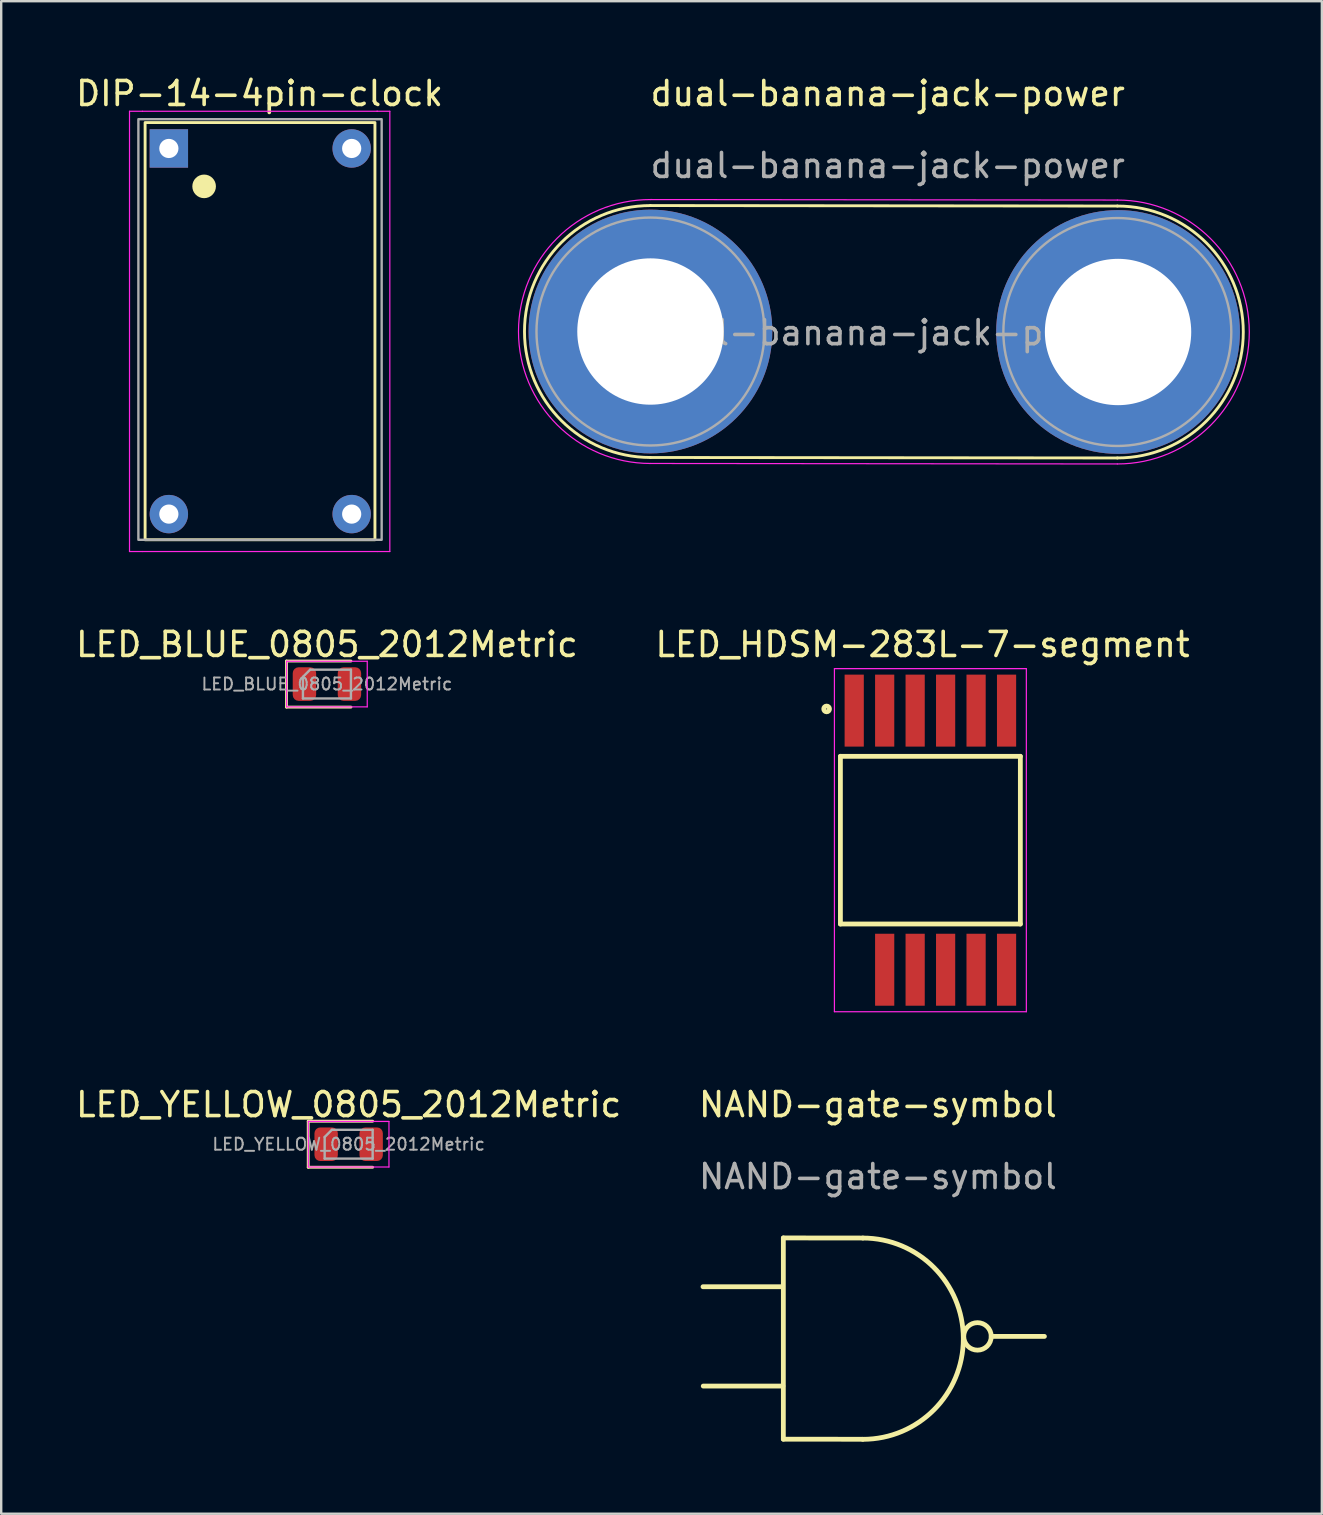
<source format=kicad_pcb>
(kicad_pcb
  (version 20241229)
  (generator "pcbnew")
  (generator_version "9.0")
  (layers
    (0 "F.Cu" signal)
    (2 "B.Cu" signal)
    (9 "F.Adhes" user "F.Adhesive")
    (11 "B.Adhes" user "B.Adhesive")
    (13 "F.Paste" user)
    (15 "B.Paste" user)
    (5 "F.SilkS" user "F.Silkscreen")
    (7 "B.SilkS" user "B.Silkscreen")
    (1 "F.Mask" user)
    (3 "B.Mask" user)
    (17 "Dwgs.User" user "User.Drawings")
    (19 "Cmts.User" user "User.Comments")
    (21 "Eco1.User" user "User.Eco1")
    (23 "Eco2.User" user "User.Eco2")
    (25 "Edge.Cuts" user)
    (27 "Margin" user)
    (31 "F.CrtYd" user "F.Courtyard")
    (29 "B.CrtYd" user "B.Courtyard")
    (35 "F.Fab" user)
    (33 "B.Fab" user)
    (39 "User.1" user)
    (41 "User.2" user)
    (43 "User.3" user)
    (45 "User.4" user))
  (footprint "dual-banana-jack-power"
    (layer "F.Cu")
    (at 33.951 1.348)
    (property "Reference" "dual-banana-jack-power" (at 0 -0.5 0) (unlocked yes) (layer "F.SilkS") (effects (font (size 1 1) (thickness 0.15))))
    (attr through_hole)
    (fp_line (start -9.89 14.67) (end 9.57 14.69) (stroke (width 0.12) (type solid)) (layer "F.SilkS"))
    (fp_line (start 9.57 4.19) (end -9.89 4.17) (stroke (width 0.12) (type solid)) (layer "F.SilkS"))
    (fp_arc (start -9.89 14.67) (mid -15.14 9.42) (end -9.89 4.17) (stroke (width 0.12) (type solid)) (layer "F.SilkS"))
    (fp_arc (start 9.57 4.19) (mid 14.82 9.44) (end 9.57 14.69) (stroke (width 0.12) (type solid)) (layer "F.SilkS"))
    (fp_line (start -9.89 14.92) (end 9.57 14.94) (stroke (width 0.05) (type solid)) (layer "F.CrtYd"))
    (fp_line (start 9.57 3.94) (end -9.89 3.92) (stroke (width 0.05) (type solid)) (layer "F.CrtYd"))
    (fp_arc (start -9.89 14.92) (mid -15.39 9.42) (end -9.89 3.92) (stroke (width 0.05) (type solid)) (layer "F.CrtYd"))
    (fp_arc (start 9.57 3.94) (mid 15.07 9.44) (end 9.57 14.94) (stroke (width 0.05) (type solid)) (layer "F.CrtYd"))
    (fp_circle (center -9.89 9.42) (end -14.64 9.42) (stroke (width 0.1) (type solid)) (fill no) (layer "F.Fab"))
    (fp_circle (center -9.89 9.42) (end -11.89 9.42) (stroke (width 0.1) (type solid)) (fill no) (layer "F.Fab"))
    (fp_circle (center 9.57 9.44) (end 4.82 9.44) (stroke (width 0.1) (type solid)) (fill no) (layer "F.Fab"))
    (fp_circle (center 9.57 9.44) (end 7.57 9.44) (stroke (width 0.1) (type solid)) (fill no) (layer "F.Fab"))
    (fp_text user "${REFERENCE}" (at 0.03 9.47 0) (layer "F.Fab") (effects (font (size 1 1) (thickness 0.15))))
    (fp_text user "${REFERENCE}" (at 0 2.5 0) (unlocked yes) (layer "F.Fab") (effects (font (size 1 1) (thickness 0.15))))
    (pad "1" thru_hole circle (at -9.89 9.42) (size 10.16 10.16) (drill 6.1) (layers "*.Cu" "*.Mask"))
    (pad "2" thru_hole circle (at 9.6 9.44) (size 10.16 10.16) (drill 6.1) (layers "*.Cu" "*.Mask")))
  (footprint "DIP-14-4pin-clock"
    (layer "F.Cu")
    (at 3.958 3.178)
    (property "Reference" "DIP-14-4pin-clock" (at 3.81 -2.33 0) (layer "F.SilkS") (effects (font (size 1 1) (thickness 0.15))))
    (attr through_hole)
    (fp_rect (start -0.96 -1.12) (end 8.62 16.27) (stroke (width 0.12) (type solid)) (fill no) (layer "F.SilkS"))
    (fp_circle (center 1.5 1.54) (end 1.93 1.5) (stroke (width 0.12) (type solid)) (fill yes) (layer "F.SilkS"))
    (fp_line (start -1.61 -1.59) (end -1.61 16.76) (stroke (width 0.05) (type solid)) (layer "F.CrtYd"))
    (fp_line (start -1.61 -1.59) (end -1.07 -1.59) (stroke (width 0.05) (type solid)) (layer "F.CrtYd"))
    (fp_line (start -1.61 16.76) (end -1.07 16.76) (stroke (width 0.05) (type solid)) (layer "F.CrtYd"))
    (fp_line (start -1.07 16.76) (end 8.73 16.76) (stroke (width 0.05) (type solid)) (layer "F.CrtYd"))
    (fp_line (start 8.73 -1.59) (end -1.07 -1.59) (stroke (width 0.05) (type solid)) (layer "F.CrtYd"))
    (fp_line (start 8.73 16.76) (end 9.24 16.76) (stroke (width 0.05) (type solid)) (layer "F.CrtYd"))
    (fp_line (start 9.24 -1.59) (end 8.7 -1.59) (stroke (width 0.05) (type solid)) (layer "F.CrtYd"))
    (fp_line (start 9.24 16.76) (end 9.24 -1.59) (stroke (width 0.05) (type solid)) (layer "F.CrtYd"))
    (fp_rect (start -1.24 -1.26) (end 8.9 16.27) (stroke (width 0.1) (type solid)) (fill no) (layer "F.Fab"))
    (pad "1" thru_hole rect (at 0.03 -0.04) (size 1.6 1.6) (drill 0.8) (layers "*.Cu" "*.Mask"))
    (pad "2" thru_hole oval (at 0.03 15.2) (size 1.6 1.6) (drill 0.8) (layers "*.Cu" "*.Mask"))
    (pad "3" thru_hole oval (at 7.65 15.2) (size 1.6 1.6) (drill 0.8) (layers "*.Cu" "*.Mask"))
    (pad "4" thru_hole oval (at 7.65 -0.04) (size 1.6 1.6) (drill 0.8) (layers "*.Cu" "*.Mask")))
  (footprint "NAND-gate-symbol"
    (layer "F.Cu")
    (at 33.542 43.492)
    (property "Reference" "NAND-gate-symbol" (at 0 -0.5 0) (unlocked yes) (layer "F.SilkS") (effects (font (size 1 1) (thickness 0.15))))
    (fp_line (start -3.97 7.09) (end -7.29 7.09) (stroke (width 0.2) (type solid)) (layer "F.SilkS"))
    (fp_line (start -3.96 11.23) (end -7.28 11.23) (stroke (width 0.2) (type solid)) (layer "F.SilkS"))
    (fp_line (start -3.942 5.056) (end -0.63 5.06) (stroke (width 0.2) (type solid)) (layer "F.SilkS"))
    (fp_line (start -3.942 13.444) (end -3.942 5.056) (stroke (width 0.2) (type solid)) (layer "F.SilkS"))
    (fp_line (start -3.942 13.444) (end -0.63 13.447) (stroke (width 0.2) (type solid)) (layer "F.SilkS"))
    (fp_line (start 6.94 9.16) (end 4.723 9.16) (stroke (width 0.2) (type solid)) (layer "F.SilkS"))
    (fp_arc (start -0.63 5.06) (mid 2.332777 6.287223) (end 3.56 9.25) (stroke (width 0.2) (type solid)) (layer "F.SilkS"))
    (fp_arc (start 3.56 9.26) (mid 2.332777 12.222777) (end -0.63 13.45) (stroke (width 0.2) (type solid)) (layer "F.SilkS"))
    (fp_circle (center 4.15 9.16) (end 4.723 9.16) (stroke (width 0.2) (type solid)) (fill no) (layer "F.SilkS"))
    (fp_text user "${REFERENCE}" (at 0 2.5 0) (unlocked yes) (layer "F.Fab") (effects (font (size 1 1) (thickness 0.15)))))
  (footprint "LED_HDSM-283L-7-segment"
    (layer "F.Cu")
    (at 35.729 31.969)
    (property "Reference" "LED_HDSM-283L-7-segment" (at -0.326 -8.156 0) (layer "F.SilkS") (effects (font (size 1.003 1.003) (thickness 0.15))))
    (attr through_hole)
    (fp_line (start -3.75 -3.495) (end 3.75 -3.495) (stroke (width 0.2) (type solid)) (layer "F.SilkS"))
    (fp_line (start -3.75 3.495) (end -3.75 -3.495) (stroke (width 0.2) (type solid)) (layer "F.SilkS"))
    (fp_line (start 3.75 -3.495) (end 3.75 3.495) (stroke (width 0.2) (type solid)) (layer "F.SilkS"))
    (fp_line (start 3.75 3.495) (end -3.75 3.495) (stroke (width 0.2) (type solid)) (layer "F.SilkS"))
    (fp_circle (center -4.325 -5.47) (end -4.205 -5.47) (stroke (width 0.2) (type solid)) (fill no) (layer "F.SilkS"))
    (fp_line (start -4 -7.15) (end 4 -7.15) (stroke (width 0.05) (type solid)) (layer "F.CrtYd"))
    (fp_line (start -4 7.15) (end -4 -7.15) (stroke (width 0.05) (type solid)) (layer "F.CrtYd"))
    (fp_line (start 4 -7.15) (end 4 7.15) (stroke (width 0.05) (type solid)) (layer "F.CrtYd"))
    (fp_line (start 4 7.15) (end -4 7.15) (stroke (width 0.05) (type solid)) (layer "F.CrtYd"))
    (pad "1" smd rect (at -3.175 -5.4 270) (size 3 0.8) (layers "F.Cu" "F.Mask" "F.Paste"))
    (pad "2" smd rect (at -1.905 -5.4 270) (size 3 0.8) (layers "F.Cu" "F.Mask" "F.Paste"))
    (pad "3" smd rect (at -0.635 -5.4 270) (size 3 0.8) (layers "F.Cu" "F.Mask" "F.Paste"))
    (pad "4" smd rect (at 0.635 -5.4 270) (size 3 0.8) (layers "F.Cu" "F.Mask" "F.Paste"))
    (pad "5" smd rect (at 1.905 -5.4 270) (size 3 0.8) (layers "F.Cu" "F.Mask" "F.Paste"))
    (pad "6" smd rect (at 3.175 -5.4 270) (size 3 0.8) (layers "F.Cu" "F.Mask" "F.Paste"))
    (pad "7" smd rect (at 3.175 5.4 270) (size 3 0.8) (layers "F.Cu" "F.Mask" "F.Paste"))
    (pad "8" smd rect (at 1.905 5.4 270) (size 3 0.8) (layers "F.Cu" "F.Mask" "F.Paste"))
    (pad "9" smd rect (at 0.635 5.4 270) (size 3 0.8) (layers "F.Cu" "F.Mask" "F.Paste"))
    (pad "10" smd rect (at -0.635 5.4 270) (size 3 0.8) (layers "F.Cu" "F.Mask" "F.Paste"))
    (pad "11" smd rect (at -1.905 5.4 270) (size 3 0.8) (layers "F.Cu" "F.Mask" "F.Paste")))
  (footprint "LED_YELLOW_0805_2012Metric"
    (layer "F.Cu")
    (at 11.482 44.642)
    (property "Reference" "LED_YELLOW_0805_2012Metric" (at 0 -1.65 0) (layer "F.SilkS") (effects (font (size 1 1) (thickness 0.15))))
    (attr smd)
    (fp_line (start -1.685 -0.96) (end -1.685 0.96) (stroke (width 0.12) (type solid)) (layer "F.SilkS"))
    (fp_line (start -1.685 0.96) (end 1 0.96) (stroke (width 0.12) (type solid)) (layer "F.SilkS"))
    (fp_line (start 1 -0.96) (end -1.685 -0.96) (stroke (width 0.12) (type solid)) (layer "F.SilkS"))
    (fp_line (start -1.68 -0.95) (end 1.68 -0.95) (stroke (width 0.05) (type solid)) (layer "F.CrtYd"))
    (fp_line (start -1.68 0.95) (end -1.68 -0.95) (stroke (width 0.05) (type solid)) (layer "F.CrtYd"))
    (fp_line (start 1.68 -0.95) (end 1.68 0.95) (stroke (width 0.05) (type solid)) (layer "F.CrtYd"))
    (fp_line (start 1.68 0.95) (end -1.68 0.95) (stroke (width 0.05) (type solid)) (layer "F.CrtYd"))
    (fp_line (start -1 -0.3) (end -1 0.6) (stroke (width 0.1) (type solid)) (layer "F.Fab"))
    (fp_line (start -1 0.6) (end 1 0.6) (stroke (width 0.1) (type solid)) (layer "F.Fab"))
    (fp_line (start -0.7 -0.6) (end -1 -0.3) (stroke (width 0.1) (type solid)) (layer "F.Fab"))
    (fp_line (start 1 -0.6) (end -0.7 -0.6) (stroke (width 0.1) (type solid)) (layer "F.Fab"))
    (fp_line (start 1 0.6) (end 1 -0.6) (stroke (width 0.1) (type solid)) (layer "F.Fab"))
    (fp_text user "${REFERENCE}" (at 0 0 0) (layer "F.Fab") (effects (font (size 0.5 0.5) (thickness 0.08))))
    (pad "1" smd roundrect (at -0.938 0) (size 0.975 1.4) (layers "F.Cu" "F.Mask" "F.Paste") (roundrect_rratio 0.25))
    (pad "2" smd roundrect (at 0.938 0) (size 0.975 1.4) (layers "F.Cu" "F.Mask" "F.Paste") (roundrect_rratio 0.25)))
  (footprint "LED_BLUE_0805_2012Metric"
    (layer "F.Cu")
    (at 10.577 25.462)
    (property "Reference" "LED_BLUE_0805_2012Metric" (at 0 -1.65 0) (layer "F.SilkS") (effects (font (size 1 1) (thickness 0.15))))
    (attr smd)
    (fp_line (start -1.685 -0.96) (end -1.685 0.96) (stroke (width 0.12) (type solid)) (layer "F.SilkS"))
    (fp_line (start -1.685 0.96) (end 1 0.96) (stroke (width 0.12) (type solid)) (layer "F.SilkS"))
    (fp_line (start 1 -0.96) (end -1.685 -0.96) (stroke (width 0.12) (type solid)) (layer "F.SilkS"))
    (fp_line (start -1.68 -0.95) (end 1.68 -0.95) (stroke (width 0.05) (type solid)) (layer "F.CrtYd"))
    (fp_line (start -1.68 0.95) (end -1.68 -0.95) (stroke (width 0.05) (type solid)) (layer "F.CrtYd"))
    (fp_line (start 1.68 -0.95) (end 1.68 0.95) (stroke (width 0.05) (type solid)) (layer "F.CrtYd"))
    (fp_line (start 1.68 0.95) (end -1.68 0.95) (stroke (width 0.05) (type solid)) (layer "F.CrtYd"))
    (fp_line (start -1 -0.3) (end -1 0.6) (stroke (width 0.1) (type solid)) (layer "F.Fab"))
    (fp_line (start -1 0.6) (end 1 0.6) (stroke (width 0.1) (type solid)) (layer "F.Fab"))
    (fp_line (start -0.7 -0.6) (end -1 -0.3) (stroke (width 0.1) (type solid)) (layer "F.Fab"))
    (fp_line (start 1 -0.6) (end -0.7 -0.6) (stroke (width 0.1) (type solid)) (layer "F.Fab"))
    (fp_line (start 1 0.6) (end 1 -0.6) (stroke (width 0.1) (type solid)) (layer "F.Fab"))
    (fp_text user "${REFERENCE}" (at 0 0 0) (layer "F.Fab") (effects (font (size 0.5 0.5) (thickness 0.08))))
    (pad "1" smd roundrect (at -0.938 0) (size 0.975 1.4) (layers "F.Cu" "F.Mask" "F.Paste") (roundrect_rratio 0.25))
    (pad "2" smd roundrect (at 0.938 0) (size 0.975 1.4) (layers "F.Cu" "F.Mask" "F.Paste") (roundrect_rratio 0.25)))
  (gr_rect
    (start -3 -3)
    (end 52.046 60.042)
    (stroke (width 0.1) (type default))
    (fill no)
    (layer "Edge.Cuts")))
</source>
